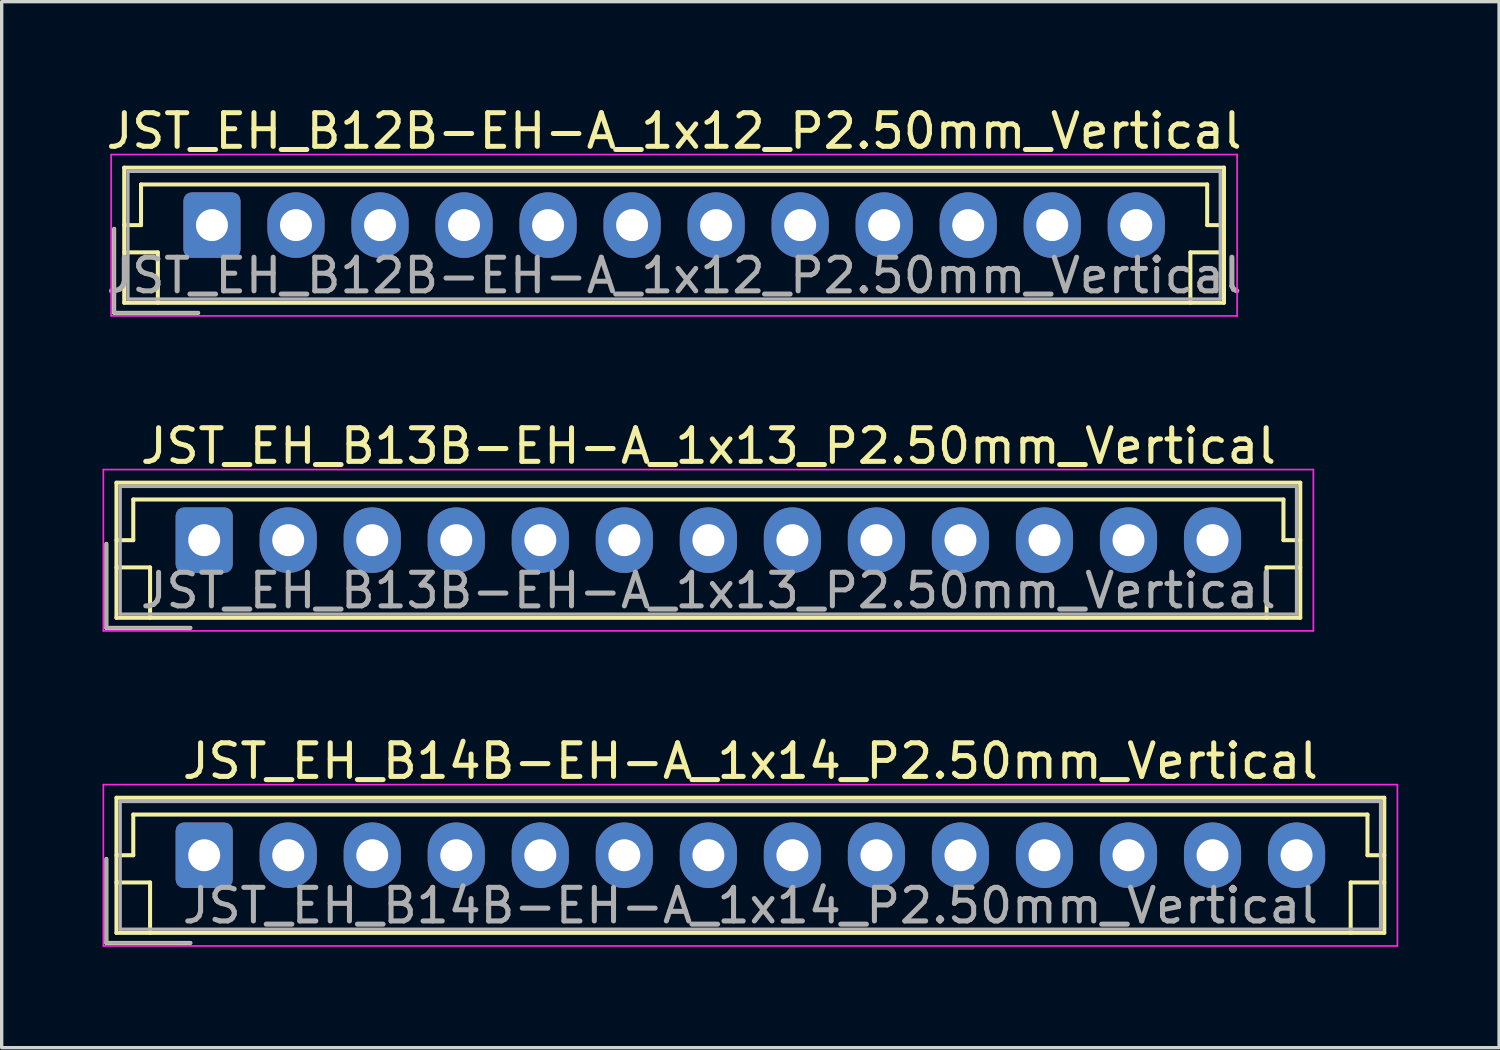
<source format=kicad_pcb>
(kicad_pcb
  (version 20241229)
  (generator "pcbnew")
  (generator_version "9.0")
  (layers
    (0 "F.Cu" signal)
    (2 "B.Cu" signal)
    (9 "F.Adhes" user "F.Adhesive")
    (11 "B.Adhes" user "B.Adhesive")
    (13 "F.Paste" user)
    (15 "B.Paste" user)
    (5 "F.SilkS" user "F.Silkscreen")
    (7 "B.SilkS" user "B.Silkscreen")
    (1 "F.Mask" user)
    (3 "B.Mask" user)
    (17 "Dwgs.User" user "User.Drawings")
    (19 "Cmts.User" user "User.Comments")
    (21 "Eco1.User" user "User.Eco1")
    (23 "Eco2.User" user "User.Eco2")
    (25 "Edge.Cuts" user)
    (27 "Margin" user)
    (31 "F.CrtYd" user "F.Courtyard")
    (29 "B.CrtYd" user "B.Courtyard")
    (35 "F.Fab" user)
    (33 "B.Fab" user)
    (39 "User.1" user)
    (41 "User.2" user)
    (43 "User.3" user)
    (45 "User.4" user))
  (footprint "JST_EH_B13B-EH-A_1x13_P2.50mm_Vertical"
    (layer "F.Cu")
    (at 3.025 13.021)
    (property "Reference" "JST_EH_B13B-EH-A_1x13_P2.50mm_Vertical" (at 15 -2.8 0) (layer "F.SilkS") (effects (font (size 1 1) (thickness 0.15))))
    (attr through_hole)
    (fp_line (start -2.91 0.11) (end -2.91 2.61) (stroke (width 0.12) (type solid)) (layer "F.SilkS"))
    (fp_line (start -2.91 2.61) (end -0.41 2.61) (stroke (width 0.12) (type solid)) (layer "F.SilkS"))
    (fp_line (start -2.61 -1.71) (end -2.61 2.31) (stroke (width 0.12) (type solid)) (layer "F.SilkS"))
    (fp_line (start -2.61 0) (end -2.11 0) (stroke (width 0.12) (type solid)) (layer "F.SilkS"))
    (fp_line (start -2.61 0.81) (end -1.61 0.81) (stroke (width 0.12) (type solid)) (layer "F.SilkS"))
    (fp_line (start -2.61 2.31) (end 32.61 2.31) (stroke (width 0.12) (type solid)) (layer "F.SilkS"))
    (fp_line (start -2.11 -1.21) (end 32.11 -1.21) (stroke (width 0.12) (type solid)) (layer "F.SilkS"))
    (fp_line (start -2.11 0) (end -2.11 -1.21) (stroke (width 0.12) (type solid)) (layer "F.SilkS"))
    (fp_line (start -1.61 0.81) (end -1.61 2.31) (stroke (width 0.12) (type solid)) (layer "F.SilkS"))
    (fp_line (start 31.61 0.81) (end 31.61 2.31) (stroke (width 0.12) (type solid)) (layer "F.SilkS"))
    (fp_line (start 32.11 -1.21) (end 32.11 0) (stroke (width 0.12) (type solid)) (layer "F.SilkS"))
    (fp_line (start 32.11 0) (end 32.61 0) (stroke (width 0.12) (type solid)) (layer "F.SilkS"))
    (fp_line (start 32.61 -1.71) (end -2.61 -1.71) (stroke (width 0.12) (type solid)) (layer "F.SilkS"))
    (fp_line (start 32.61 0.81) (end 31.61 0.81) (stroke (width 0.12) (type solid)) (layer "F.SilkS"))
    (fp_line (start 32.61 2.31) (end 32.61 -1.71) (stroke (width 0.12) (type solid)) (layer "F.SilkS"))
    (fp_line (start -3 -2.1) (end -3 2.7) (stroke (width 0.05) (type solid)) (layer "F.CrtYd"))
    (fp_line (start -3 2.7) (end 33 2.7) (stroke (width 0.05) (type solid)) (layer "F.CrtYd"))
    (fp_line (start 33 -2.1) (end -3 -2.1) (stroke (width 0.05) (type solid)) (layer "F.CrtYd"))
    (fp_line (start 33 2.7) (end 33 -2.1) (stroke (width 0.05) (type solid)) (layer "F.CrtYd"))
    (fp_line (start -2.91 0.11) (end -2.91 2.61) (stroke (width 0.1) (type solid)) (layer "F.Fab"))
    (fp_line (start -2.91 2.61) (end -0.41 2.61) (stroke (width 0.1) (type solid)) (layer "F.Fab"))
    (fp_line (start -2.5 -1.6) (end -2.5 2.2) (stroke (width 0.1) (type solid)) (layer "F.Fab"))
    (fp_line (start -2.5 2.2) (end 32.5 2.2) (stroke (width 0.1) (type solid)) (layer "F.Fab"))
    (fp_line (start 32.5 -1.6) (end -2.5 -1.6) (stroke (width 0.1) (type solid)) (layer "F.Fab"))
    (fp_line (start 32.5 2.2) (end 32.5 -1.6) (stroke (width 0.1) (type solid)) (layer "F.Fab"))
    (fp_text user "${REFERENCE}" (at 15 1.5 0) (layer "F.Fab") (effects (font (size 1 1) (thickness 0.15))))
    (pad "1" thru_hole roundrect (at 0 0) (size 1.7 1.95) (drill 0.95) (layers "*.Cu" "*.Mask") (roundrect_rratio 0.147))
    (pad "2" thru_hole oval (at 2.5 0) (size 1.7 1.95) (drill 0.95) (layers "*.Cu" "*.Mask"))
    (pad "3" thru_hole oval (at 5 0) (size 1.7 1.95) (drill 0.95) (layers "*.Cu" "*.Mask"))
    (pad "4" thru_hole oval (at 7.5 0) (size 1.7 1.95) (drill 0.95) (layers "*.Cu" "*.Mask"))
    (pad "5" thru_hole oval (at 10 0) (size 1.7 1.95) (drill 0.95) (layers "*.Cu" "*.Mask"))
    (pad "6" thru_hole oval (at 12.5 0) (size 1.7 1.95) (drill 0.95) (layers "*.Cu" "*.Mask"))
    (pad "7" thru_hole oval (at 15 0) (size 1.7 1.95) (drill 0.95) (layers "*.Cu" "*.Mask"))
    (pad "8" thru_hole oval (at 17.5 0) (size 1.7 1.95) (drill 0.95) (layers "*.Cu" "*.Mask"))
    (pad "9" thru_hole oval (at 20 0) (size 1.7 1.95) (drill 0.95) (layers "*.Cu" "*.Mask"))
    (pad "10" thru_hole oval (at 22.5 0) (size 1.7 1.95) (drill 0.95) (layers "*.Cu" "*.Mask"))
    (pad "11" thru_hole oval (at 25 0) (size 1.7 1.95) (drill 0.95) (layers "*.Cu" "*.Mask"))
    (pad "12" thru_hole oval (at 27.5 0) (size 1.7 1.95) (drill 0.95) (layers "*.Cu" "*.Mask"))
    (pad "13" thru_hole oval (at 30 0) (size 1.7 1.95) (drill 0.95) (layers "*.Cu" "*.Mask")))
  (footprint "JST_EH_B12B-EH-A_1x12_P2.50mm_Vertical"
    (layer "F.Cu")
    (at 3.256 3.648)
    (property "Reference" "JST_EH_B12B-EH-A_1x12_P2.50mm_Vertical" (at 13.75 -2.8 0) (layer "F.SilkS") (effects (font (size 1 1) (thickness 0.15))))
    (attr through_hole)
    (fp_line (start -2.91 0.11) (end -2.91 2.61) (stroke (width 0.12) (type solid)) (layer "F.SilkS"))
    (fp_line (start -2.91 2.61) (end -0.41 2.61) (stroke (width 0.12) (type solid)) (layer "F.SilkS"))
    (fp_line (start -2.61 -1.71) (end -2.61 2.31) (stroke (width 0.12) (type solid)) (layer "F.SilkS"))
    (fp_line (start -2.61 0) (end -2.11 0) (stroke (width 0.12) (type solid)) (layer "F.SilkS"))
    (fp_line (start -2.61 0.81) (end -1.61 0.81) (stroke (width 0.12) (type solid)) (layer "F.SilkS"))
    (fp_line (start -2.61 2.31) (end 30.11 2.31) (stroke (width 0.12) (type solid)) (layer "F.SilkS"))
    (fp_line (start -2.11 -1.21) (end 29.61 -1.21) (stroke (width 0.12) (type solid)) (layer "F.SilkS"))
    (fp_line (start -2.11 0) (end -2.11 -1.21) (stroke (width 0.12) (type solid)) (layer "F.SilkS"))
    (fp_line (start -1.61 0.81) (end -1.61 2.31) (stroke (width 0.12) (type solid)) (layer "F.SilkS"))
    (fp_line (start 29.11 0.81) (end 29.11 2.31) (stroke (width 0.12) (type solid)) (layer "F.SilkS"))
    (fp_line (start 29.61 -1.21) (end 29.61 0) (stroke (width 0.12) (type solid)) (layer "F.SilkS"))
    (fp_line (start 29.61 0) (end 30.11 0) (stroke (width 0.12) (type solid)) (layer "F.SilkS"))
    (fp_line (start 30.11 -1.71) (end -2.61 -1.71) (stroke (width 0.12) (type solid)) (layer "F.SilkS"))
    (fp_line (start 30.11 0.81) (end 29.11 0.81) (stroke (width 0.12) (type solid)) (layer "F.SilkS"))
    (fp_line (start 30.11 2.31) (end 30.11 -1.71) (stroke (width 0.12) (type solid)) (layer "F.SilkS"))
    (fp_line (start -3 -2.1) (end -3 2.7) (stroke (width 0.05) (type solid)) (layer "F.CrtYd"))
    (fp_line (start -3 2.7) (end 30.5 2.7) (stroke (width 0.05) (type solid)) (layer "F.CrtYd"))
    (fp_line (start 30.5 -2.1) (end -3 -2.1) (stroke (width 0.05) (type solid)) (layer "F.CrtYd"))
    (fp_line (start 30.5 2.7) (end 30.5 -2.1) (stroke (width 0.05) (type solid)) (layer "F.CrtYd"))
    (fp_line (start -2.91 0.11) (end -2.91 2.61) (stroke (width 0.1) (type solid)) (layer "F.Fab"))
    (fp_line (start -2.91 2.61) (end -0.41 2.61) (stroke (width 0.1) (type solid)) (layer "F.Fab"))
    (fp_line (start -2.5 -1.6) (end -2.5 2.2) (stroke (width 0.1) (type solid)) (layer "F.Fab"))
    (fp_line (start -2.5 2.2) (end 30 2.2) (stroke (width 0.1) (type solid)) (layer "F.Fab"))
    (fp_line (start 30 -1.6) (end -2.5 -1.6) (stroke (width 0.1) (type solid)) (layer "F.Fab"))
    (fp_line (start 30 2.2) (end 30 -1.6) (stroke (width 0.1) (type solid)) (layer "F.Fab"))
    (fp_text user "${REFERENCE}" (at 13.75 1.5 0) (layer "F.Fab") (effects (font (size 1 1) (thickness 0.15))))
    (pad "1" thru_hole roundrect (at 0 0) (size 1.7 1.95) (drill 0.95) (layers "*.Cu" "*.Mask") (roundrect_rratio 0.147))
    (pad "2" thru_hole oval (at 2.5 0) (size 1.7 1.95) (drill 0.95) (layers "*.Cu" "*.Mask"))
    (pad "3" thru_hole oval (at 5 0) (size 1.7 1.95) (drill 0.95) (layers "*.Cu" "*.Mask"))
    (pad "4" thru_hole oval (at 7.5 0) (size 1.7 1.95) (drill 0.95) (layers "*.Cu" "*.Mask"))
    (pad "5" thru_hole oval (at 10 0) (size 1.7 1.95) (drill 0.95) (layers "*.Cu" "*.Mask"))
    (pad "6" thru_hole oval (at 12.5 0) (size 1.7 1.95) (drill 0.95) (layers "*.Cu" "*.Mask"))
    (pad "7" thru_hole oval (at 15 0) (size 1.7 1.95) (drill 0.95) (layers "*.Cu" "*.Mask"))
    (pad "8" thru_hole oval (at 17.5 0) (size 1.7 1.95) (drill 0.95) (layers "*.Cu" "*.Mask"))
    (pad "9" thru_hole oval (at 20 0) (size 1.7 1.95) (drill 0.95) (layers "*.Cu" "*.Mask"))
    (pad "10" thru_hole oval (at 22.5 0) (size 1.7 1.95) (drill 0.95) (layers "*.Cu" "*.Mask"))
    (pad "11" thru_hole oval (at 25 0) (size 1.7 1.95) (drill 0.95) (layers "*.Cu" "*.Mask"))
    (pad "12" thru_hole oval (at 27.5 0) (size 1.7 1.95) (drill 0.95) (layers "*.Cu" "*.Mask")))
  (footprint "JST_EH_B14B-EH-A_1x14_P2.50mm_Vertical"
    (layer "F.Cu")
    (at 3.025 22.395)
    (property "Reference" "JST_EH_B14B-EH-A_1x14_P2.50mm_Vertical" (at 16.25 -2.8 0) (layer "F.SilkS") (effects (font (size 1 1) (thickness 0.15))))
    (attr through_hole)
    (fp_line (start -2.91 0.11) (end -2.91 2.61) (stroke (width 0.12) (type solid)) (layer "F.SilkS"))
    (fp_line (start -2.91 2.61) (end -0.41 2.61) (stroke (width 0.12) (type solid)) (layer "F.SilkS"))
    (fp_line (start -2.61 -1.71) (end -2.61 2.31) (stroke (width 0.12) (type solid)) (layer "F.SilkS"))
    (fp_line (start -2.61 0) (end -2.11 0) (stroke (width 0.12) (type solid)) (layer "F.SilkS"))
    (fp_line (start -2.61 0.81) (end -1.61 0.81) (stroke (width 0.12) (type solid)) (layer "F.SilkS"))
    (fp_line (start -2.61 2.31) (end 35.11 2.31) (stroke (width 0.12) (type solid)) (layer "F.SilkS"))
    (fp_line (start -2.11 -1.21) (end 34.61 -1.21) (stroke (width 0.12) (type solid)) (layer "F.SilkS"))
    (fp_line (start -2.11 0) (end -2.11 -1.21) (stroke (width 0.12) (type solid)) (layer "F.SilkS"))
    (fp_line (start -1.61 0.81) (end -1.61 2.31) (stroke (width 0.12) (type solid)) (layer "F.SilkS"))
    (fp_line (start 34.11 0.81) (end 34.11 2.31) (stroke (width 0.12) (type solid)) (layer "F.SilkS"))
    (fp_line (start 34.61 -1.21) (end 34.61 0) (stroke (width 0.12) (type solid)) (layer "F.SilkS"))
    (fp_line (start 34.61 0) (end 35.11 0) (stroke (width 0.12) (type solid)) (layer "F.SilkS"))
    (fp_line (start 35.11 -1.71) (end -2.61 -1.71) (stroke (width 0.12) (type solid)) (layer "F.SilkS"))
    (fp_line (start 35.11 0.81) (end 34.11 0.81) (stroke (width 0.12) (type solid)) (layer "F.SilkS"))
    (fp_line (start 35.11 2.31) (end 35.11 -1.71) (stroke (width 0.12) (type solid)) (layer "F.SilkS"))
    (fp_line (start -3 -2.1) (end -3 2.7) (stroke (width 0.05) (type solid)) (layer "F.CrtYd"))
    (fp_line (start -3 2.7) (end 35.5 2.7) (stroke (width 0.05) (type solid)) (layer "F.CrtYd"))
    (fp_line (start 35.5 -2.1) (end -3 -2.1) (stroke (width 0.05) (type solid)) (layer "F.CrtYd"))
    (fp_line (start 35.5 2.7) (end 35.5 -2.1) (stroke (width 0.05) (type solid)) (layer "F.CrtYd"))
    (fp_line (start -2.91 0.11) (end -2.91 2.61) (stroke (width 0.1) (type solid)) (layer "F.Fab"))
    (fp_line (start -2.91 2.61) (end -0.41 2.61) (stroke (width 0.1) (type solid)) (layer "F.Fab"))
    (fp_line (start -2.5 -1.6) (end -2.5 2.2) (stroke (width 0.1) (type solid)) (layer "F.Fab"))
    (fp_line (start -2.5 2.2) (end 35 2.2) (stroke (width 0.1) (type solid)) (layer "F.Fab"))
    (fp_line (start 35 -1.6) (end -2.5 -1.6) (stroke (width 0.1) (type solid)) (layer "F.Fab"))
    (fp_line (start 35 2.2) (end 35 -1.6) (stroke (width 0.1) (type solid)) (layer "F.Fab"))
    (fp_text user "${REFERENCE}" (at 16.25 1.5 0) (layer "F.Fab") (effects (font (size 1 1) (thickness 0.15))))
    (pad "1" thru_hole roundrect (at 0 0) (size 1.7 1.95) (drill 0.95) (layers "*.Cu" "*.Mask") (roundrect_rratio 0.147))
    (pad "2" thru_hole oval (at 2.5 0) (size 1.7 1.95) (drill 0.95) (layers "*.Cu" "*.Mask"))
    (pad "3" thru_hole oval (at 5 0) (size 1.7 1.95) (drill 0.95) (layers "*.Cu" "*.Mask"))
    (pad "4" thru_hole oval (at 7.5 0) (size 1.7 1.95) (drill 0.95) (layers "*.Cu" "*.Mask"))
    (pad "5" thru_hole oval (at 10 0) (size 1.7 1.95) (drill 0.95) (layers "*.Cu" "*.Mask"))
    (pad "6" thru_hole oval (at 12.5 0) (size 1.7 1.95) (drill 0.95) (layers "*.Cu" "*.Mask"))
    (pad "7" thru_hole oval (at 15 0) (size 1.7 1.95) (drill 0.95) (layers "*.Cu" "*.Mask"))
    (pad "8" thru_hole oval (at 17.5 0) (size 1.7 1.95) (drill 0.95) (layers "*.Cu" "*.Mask"))
    (pad "9" thru_hole oval (at 20 0) (size 1.7 1.95) (drill 0.95) (layers "*.Cu" "*.Mask"))
    (pad "10" thru_hole oval (at 22.5 0) (size 1.7 1.95) (drill 0.95) (layers "*.Cu" "*.Mask"))
    (pad "11" thru_hole oval (at 25 0) (size 1.7 1.95) (drill 0.95) (layers "*.Cu" "*.Mask"))
    (pad "12" thru_hole oval (at 27.5 0) (size 1.7 1.95) (drill 0.95) (layers "*.Cu" "*.Mask"))
    (pad "13" thru_hole oval (at 30 0) (size 1.7 1.95) (drill 0.95) (layers "*.Cu" "*.Mask"))
    (pad "14" thru_hole oval (at 32.5 0) (size 1.7 1.95) (drill 0.95) (layers "*.Cu" "*.Mask")))
  (gr_rect
    (start -3 -3)
    (end 41.55 28.12)
    (stroke (width 0.1) (type default))
    (fill no)
    (layer "Edge.Cuts")))
</source>
